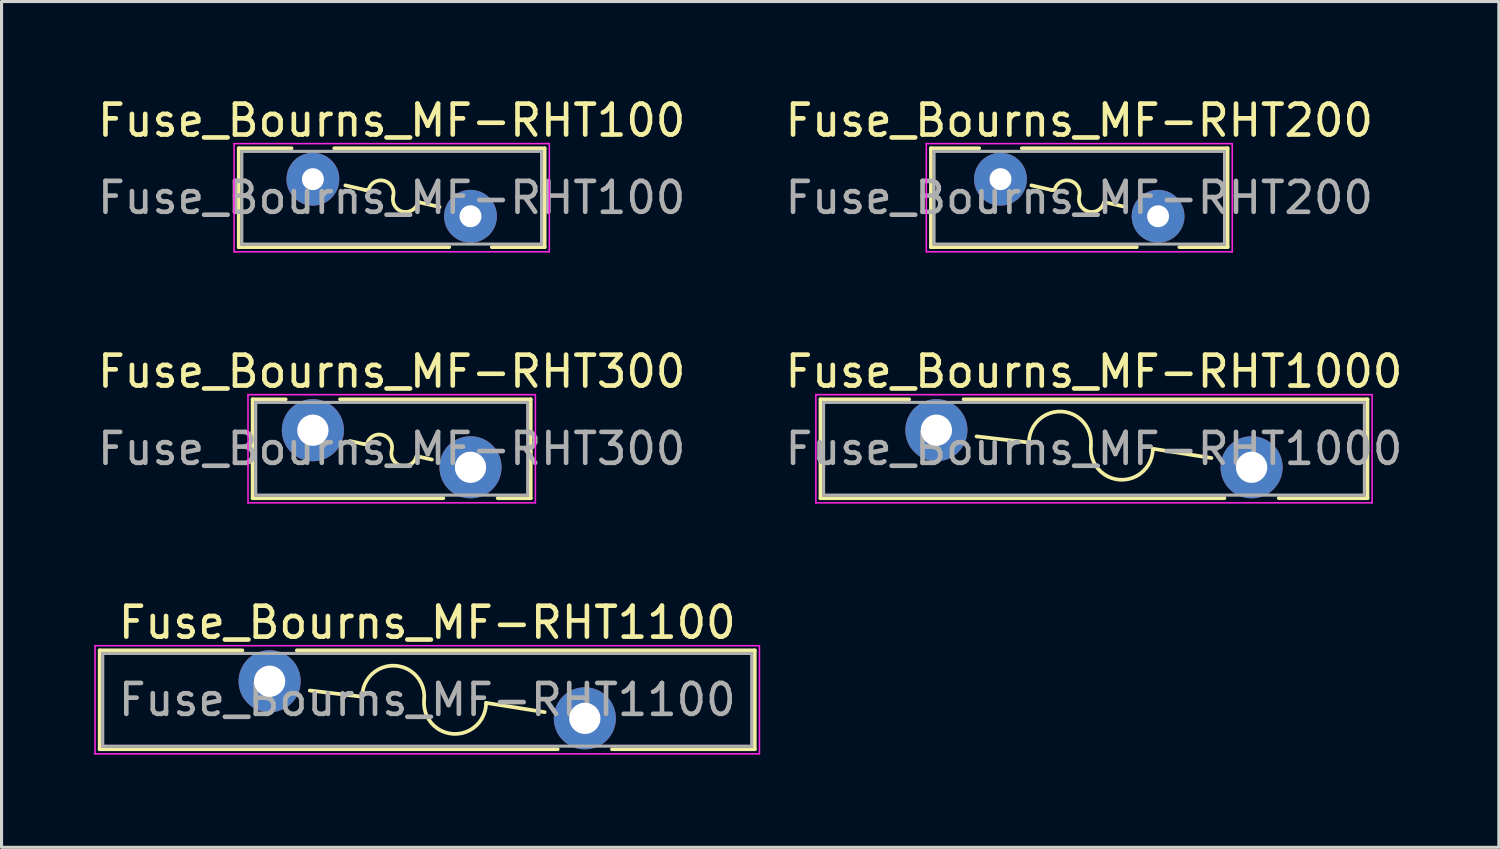
<source format=kicad_pcb>
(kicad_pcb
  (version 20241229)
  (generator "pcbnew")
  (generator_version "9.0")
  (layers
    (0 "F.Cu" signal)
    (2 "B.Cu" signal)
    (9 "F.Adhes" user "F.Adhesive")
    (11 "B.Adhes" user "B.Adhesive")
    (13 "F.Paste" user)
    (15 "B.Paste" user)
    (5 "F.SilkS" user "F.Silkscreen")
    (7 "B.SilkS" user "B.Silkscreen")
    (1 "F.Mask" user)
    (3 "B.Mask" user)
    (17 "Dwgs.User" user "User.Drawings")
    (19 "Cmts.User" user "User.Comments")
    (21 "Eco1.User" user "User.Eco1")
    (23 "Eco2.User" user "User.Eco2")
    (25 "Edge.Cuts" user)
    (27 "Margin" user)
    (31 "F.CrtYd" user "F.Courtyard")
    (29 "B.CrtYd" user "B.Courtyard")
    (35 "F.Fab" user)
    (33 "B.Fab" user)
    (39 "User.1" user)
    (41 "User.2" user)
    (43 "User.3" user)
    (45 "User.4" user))
  (footprint "Fuse_Bourns_MF-RHT1100"
    (layer "F.Cu")
    (at 5.675 18.995)
    (property "Reference" "Fuse_Bourns_MF-RHT1100" (at 5.1 -1.9 0) (layer "F.SilkS") (effects (font (size 1 1) (thickness 0.15))))
    (fp_line (start -5.5 -1) (end -5.5 2.2) (stroke (width 0.12) (type solid)) (layer "F.SilkS"))
    (fp_line (start -5.5 -1) (end -0.879 -1) (stroke (width 0.12) (type solid)) (layer "F.SilkS"))
    (fp_line (start -5.5 2.2) (end 9.322 2.2) (stroke (width 0.12) (type solid)) (layer "F.SilkS"))
    (fp_line (start 0.879 -1) (end 15.7 -1) (stroke (width 0.12) (type solid)) (layer "F.SilkS"))
    (fp_line (start 1.3 0.3) (end 2.995 0.5) (stroke (width 0.12) (type solid)) (layer "F.SilkS"))
    (fp_line (start 7.005 0.7) (end 8.9 1) (stroke (width 0.12) (type solid)) (layer "F.SilkS"))
    (fp_line (start 11.079 2.2) (end 15.7 2.2) (stroke (width 0.12) (type solid)) (layer "F.SilkS"))
    (fp_line (start 15.7 -1) (end 15.7 2.2) (stroke (width 0.12) (type solid)) (layer "F.SilkS"))
    (fp_arc (start 2.995014 0.5) (mid 4.050062 -0.503738) (end 4.999999 0.599999) (stroke (width 0.12) (type solid)) (layer "F.SilkS"))
    (fp_arc (start 7.004986 0.7) (mid 5.949938 1.703738) (end 5.000001 0.600001) (stroke (width 0.12) (type solid)) (layer "F.SilkS"))
    (fp_line (start -5.65 -1.15) (end -5.65 2.35) (stroke (width 0.05) (type solid)) (layer "F.CrtYd"))
    (fp_line (start -5.65 2.35) (end 15.85 2.35) (stroke (width 0.05) (type solid)) (layer "F.CrtYd"))
    (fp_line (start 15.85 -1.15) (end -5.65 -1.15) (stroke (width 0.05) (type solid)) (layer "F.CrtYd"))
    (fp_line (start 15.85 2.35) (end 15.85 -1.15) (stroke (width 0.05) (type solid)) (layer "F.CrtYd"))
    (fp_line (start -5.4 -0.9) (end -5.4 2.1) (stroke (width 0.1) (type solid)) (layer "F.Fab"))
    (fp_line (start -5.4 2.1) (end 15.6 2.1) (stroke (width 0.1) (type solid)) (layer "F.Fab"))
    (fp_line (start 15.6 -0.9) (end -5.4 -0.9) (stroke (width 0.1) (type solid)) (layer "F.Fab"))
    (fp_line (start 15.6 2.1) (end 15.6 -0.9) (stroke (width 0.1) (type solid)) (layer "F.Fab"))
    (fp_text user "${REFERENCE}" (at 5.1 0.6 0) (layer "F.Fab") (effects (font (size 1 1) (thickness 0.15))))
    (pad "1" thru_hole circle (at 0 0) (size 2.01 2.01) (drill 1.01) (layers "*.Cu" "*.Mask"))
    (pad "2" thru_hole circle (at 10.2 1.2) (size 2.01 2.01) (drill 1.01) (layers "*.Cu" "*.Mask")))
  (footprint "Fuse_Bourns_MF-RHT200"
    (layer "F.Cu")
    (at 29.325 2.748)
    (property "Reference" "Fuse_Bourns_MF-RHT200" (at 2.55 -1.9 0) (layer "F.SilkS") (effects (font (size 1 1) (thickness 0.15))))
    (fp_line (start -2.251 -1) (end -2.251 2.2) (stroke (width 0.12) (type solid)) (layer "F.SilkS"))
    (fp_line (start -2.251 -1) (end -0.689 -1) (stroke (width 0.12) (type solid)) (layer "F.SilkS"))
    (fp_line (start -2.251 2.2) (end 4.412 2.2) (stroke (width 0.12) (type solid)) (layer "F.SilkS"))
    (fp_line (start 0.689 -1) (end 7.35 -1) (stroke (width 0.12) (type solid)) (layer "F.SilkS"))
    (fp_line (start 1 0.2) (end 1.65 0.35) (stroke (width 0.12) (type solid)) (layer "F.SilkS"))
    (fp_line (start 1.75 0.35) (end 1.65 0.35) (stroke (width 0.12) (type solid)) (layer "F.SilkS"))
    (fp_line (start 3.35 0.75) (end 3.4 0.75) (stroke (width 0.12) (type solid)) (layer "F.SilkS"))
    (fp_line (start 3.4 0.75) (end 4.05 0.9) (stroke (width 0.12) (type solid)) (layer "F.SilkS"))
    (fp_line (start 5.789 2.2) (end 7.35 2.2) (stroke (width 0.12) (type solid)) (layer "F.SilkS"))
    (fp_line (start 7.35 -1) (end 7.35 2.2) (stroke (width 0.12) (type solid)) (layer "F.SilkS"))
    (fp_arc (start 1.750001 0.350001) (mid 2.249999 0.050001) (end 2.549999 0.549999) (stroke (width 0.12) (type solid)) (layer "F.SilkS"))
    (fp_arc (start 3.349999 0.749999) (mid 2.850001 1.049999) (end 2.550001 0.550001) (stroke (width 0.12) (type solid)) (layer "F.SilkS"))
    (fp_line (start -2.4 -1.15) (end -2.4 2.35) (stroke (width 0.05) (type solid)) (layer "F.CrtYd"))
    (fp_line (start -2.4 2.35) (end 7.5 2.35) (stroke (width 0.05) (type solid)) (layer "F.CrtYd"))
    (fp_line (start 7.5 -1.15) (end -2.4 -1.15) (stroke (width 0.05) (type solid)) (layer "F.CrtYd"))
    (fp_line (start 7.5 2.35) (end 7.5 -1.15) (stroke (width 0.05) (type solid)) (layer "F.CrtYd"))
    (fp_line (start -2.15 -0.9) (end -2.15 2.1) (stroke (width 0.1) (type solid)) (layer "F.Fab"))
    (fp_line (start -2.15 2.1) (end 7.25 2.1) (stroke (width 0.1) (type solid)) (layer "F.Fab"))
    (fp_line (start 7.25 -0.9) (end -2.15 -0.9) (stroke (width 0.1) (type solid)) (layer "F.Fab"))
    (fp_line (start 7.25 2.1) (end 7.25 -0.9) (stroke (width 0.1) (type solid)) (layer "F.Fab"))
    (fp_text user "${REFERENCE}" (at 2.55 0.6 0) (layer "F.Fab") (effects (font (size 1 1) (thickness 0.15))))
    (pad "1" thru_hole circle (at 0 0) (size 1.71 1.71) (drill 0.71) (layers "*.Cu" "*.Mask"))
    (pad "2" thru_hole circle (at 5.1 1.2) (size 1.71 1.71) (drill 0.71) (layers "*.Cu" "*.Mask")))
  (footprint "Fuse_Bourns_MF-RHT100"
    (layer "F.Cu")
    (at 7.075 2.748)
    (property "Reference" "Fuse_Bourns_MF-RHT100" (at 2.55 -1.9 0) (layer "F.SilkS") (effects (font (size 1 1) (thickness 0.15))))
    (fp_line (start -2.4 -1) (end -2.4 2.2) (stroke (width 0.12) (type solid)) (layer "F.SilkS"))
    (fp_line (start -2.4 -1) (end -0.689 -1) (stroke (width 0.12) (type solid)) (layer "F.SilkS"))
    (fp_line (start -2.4 2.2) (end 4.412 2.2) (stroke (width 0.12) (type solid)) (layer "F.SilkS"))
    (fp_line (start 0.689 -1) (end 7.5 -1) (stroke (width 0.12) (type solid)) (layer "F.SilkS"))
    (fp_line (start 1.05 0.2) (end 1.7 0.35) (stroke (width 0.12) (type solid)) (layer "F.SilkS"))
    (fp_line (start 1.8 0.35) (end 1.7 0.35) (stroke (width 0.12) (type solid)) (layer "F.SilkS"))
    (fp_line (start 3.4 0.75) (end 3.45 0.75) (stroke (width 0.12) (type solid)) (layer "F.SilkS"))
    (fp_line (start 3.45 0.75) (end 4.1 0.9) (stroke (width 0.12) (type solid)) (layer "F.SilkS"))
    (fp_line (start 5.789 2.2) (end 7.5 2.2) (stroke (width 0.12) (type solid)) (layer "F.SilkS"))
    (fp_line (start 7.5 -1) (end 7.5 2.2) (stroke (width 0.12) (type solid)) (layer "F.SilkS"))
    (fp_arc (start 1.800001 0.350001) (mid 2.299999 0.050001) (end 2.599999 0.549999) (stroke (width 0.12) (type solid)) (layer "F.SilkS"))
    (fp_arc (start 3.399999 0.749999) (mid 2.900001 1.049999) (end 2.600001 0.550001) (stroke (width 0.12) (type solid)) (layer "F.SilkS"))
    (fp_line (start -2.55 -1.15) (end -2.55 2.35) (stroke (width 0.05) (type solid)) (layer "F.CrtYd"))
    (fp_line (start -2.55 2.35) (end 7.65 2.35) (stroke (width 0.05) (type solid)) (layer "F.CrtYd"))
    (fp_line (start 7.65 -1.15) (end -2.55 -1.15) (stroke (width 0.05) (type solid)) (layer "F.CrtYd"))
    (fp_line (start 7.65 2.35) (end 7.65 -1.15) (stroke (width 0.05) (type solid)) (layer "F.CrtYd"))
    (fp_line (start -2.3 -0.9) (end -2.3 2.1) (stroke (width 0.1) (type solid)) (layer "F.Fab"))
    (fp_line (start -2.3 2.1) (end 7.4 2.1) (stroke (width 0.1) (type solid)) (layer "F.Fab"))
    (fp_line (start 7.4 -0.9) (end -2.3 -0.9) (stroke (width 0.1) (type solid)) (layer "F.Fab"))
    (fp_line (start 7.4 2.1) (end 7.4 -0.9) (stroke (width 0.1) (type solid)) (layer "F.Fab"))
    (fp_text user "${REFERENCE}" (at 2.55 0.6 0) (layer "F.Fab") (effects (font (size 1 1) (thickness 0.15))))
    (pad "1" thru_hole circle (at 0 0) (size 1.71 1.71) (drill 0.71) (layers "*.Cu" "*.Mask"))
    (pad "2" thru_hole circle (at 5.1 1.2) (size 1.71 1.71) (drill 0.71) (layers "*.Cu" "*.Mask")))
  (footprint "Fuse_Bourns_MF-RHT300"
    (layer "F.Cu")
    (at 7.075 10.871)
    (property "Reference" "Fuse_Bourns_MF-RHT300" (at 2.55 -1.9 0) (layer "F.SilkS") (effects (font (size 1 1) (thickness 0.15))))
    (fp_line (start -1.951 -1) (end -1.951 2.2) (stroke (width 0.12) (type solid)) (layer "F.SilkS"))
    (fp_line (start -1.951 -1) (end -0.879 -1) (stroke (width 0.12) (type solid)) (layer "F.SilkS"))
    (fp_line (start -1.951 2.2) (end 4.222 2.2) (stroke (width 0.12) (type solid)) (layer "F.SilkS"))
    (fp_line (start 0.879 -1) (end 7.05 -1) (stroke (width 0.12) (type solid)) (layer "F.SilkS"))
    (fp_line (start 1.2 0.35) (end 1.65 0.45) (stroke (width 0.12) (type solid)) (layer "F.SilkS"))
    (fp_line (start 1.75 0.45) (end 1.65 0.45) (stroke (width 0.12) (type solid)) (layer "F.SilkS"))
    (fp_line (start 3.35 0.85) (end 3.4 0.85) (stroke (width 0.12) (type solid)) (layer "F.SilkS"))
    (fp_line (start 3.4 0.85) (end 3.85 0.95) (stroke (width 0.12) (type solid)) (layer "F.SilkS"))
    (fp_line (start 5.979 2.2) (end 7.05 2.2) (stroke (width 0.12) (type solid)) (layer "F.SilkS"))
    (fp_line (start 7.05 -1) (end 7.05 2.2) (stroke (width 0.12) (type solid)) (layer "F.SilkS"))
    (fp_arc (start 1.750001 0.450001) (mid 2.249999 0.150001) (end 2.549999 0.649999) (stroke (width 0.12) (type solid)) (layer "F.SilkS"))
    (fp_arc (start 3.349999 0.849999) (mid 2.850001 1.149999) (end 2.550001 0.650001) (stroke (width 0.12) (type solid)) (layer "F.SilkS"))
    (fp_line (start -2.1 -1.15) (end -2.1 2.35) (stroke (width 0.05) (type solid)) (layer "F.CrtYd"))
    (fp_line (start -2.1 2.35) (end 7.2 2.35) (stroke (width 0.05) (type solid)) (layer "F.CrtYd"))
    (fp_line (start 7.2 -1.15) (end -2.1 -1.15) (stroke (width 0.05) (type solid)) (layer "F.CrtYd"))
    (fp_line (start 7.2 2.35) (end 7.2 -1.15) (stroke (width 0.05) (type solid)) (layer "F.CrtYd"))
    (fp_line (start -1.85 -0.9) (end -1.85 2.1) (stroke (width 0.1) (type solid)) (layer "F.Fab"))
    (fp_line (start -1.85 2.1) (end 6.95 2.1) (stroke (width 0.1) (type solid)) (layer "F.Fab"))
    (fp_line (start 6.95 -0.9) (end -1.85 -0.9) (stroke (width 0.1) (type solid)) (layer "F.Fab"))
    (fp_line (start 6.95 2.1) (end 6.95 -0.9) (stroke (width 0.1) (type solid)) (layer "F.Fab"))
    (fp_text user "${REFERENCE}" (at 2.55 0.6 0) (layer "F.Fab") (effects (font (size 1 1) (thickness 0.15))))
    (pad "1" thru_hole circle (at 0 0) (size 2.01 2.01) (drill 1.01) (layers "*.Cu" "*.Mask"))
    (pad "2" thru_hole circle (at 5.1 1.2) (size 2.01 2.01) (drill 1.01) (layers "*.Cu" "*.Mask")))
  (footprint "Fuse_Bourns_MF-RHT1000"
    (layer "F.Cu")
    (at 27.251 10.871)
    (property "Reference" "Fuse_Bourns_MF-RHT1000" (at 5.1 -1.9 0) (layer "F.SilkS") (effects (font (size 1 1) (thickness 0.15))))
    (fp_line (start -3.751 -1) (end -3.751 2.2) (stroke (width 0.12) (type solid)) (layer "F.SilkS"))
    (fp_line (start -3.751 -1) (end -0.879 -1) (stroke (width 0.12) (type solid)) (layer "F.SilkS"))
    (fp_line (start -3.751 2.2) (end 9.322 2.2) (stroke (width 0.12) (type solid)) (layer "F.SilkS"))
    (fp_line (start 0.879 -1) (end 13.95 -1) (stroke (width 0.12) (type solid)) (layer "F.SilkS"))
    (fp_line (start 1.3 0.2) (end 2.995 0.4) (stroke (width 0.12) (type solid)) (layer "F.SilkS"))
    (fp_line (start 7.005 0.6) (end 8.9 0.9) (stroke (width 0.12) (type solid)) (layer "F.SilkS"))
    (fp_line (start 11.079 2.2) (end 13.95 2.2) (stroke (width 0.12) (type solid)) (layer "F.SilkS"))
    (fp_line (start 13.95 -1) (end 13.95 2.2) (stroke (width 0.12) (type solid)) (layer "F.SilkS"))
    (fp_arc (start 2.995014 0.4) (mid 4.050062 -0.603738) (end 4.999999 0.499999) (stroke (width 0.12) (type solid)) (layer "F.SilkS"))
    (fp_arc (start 7.004986 0.6) (mid 5.949938 1.603738) (end 5.000001 0.500001) (stroke (width 0.12) (type solid)) (layer "F.SilkS"))
    (fp_line (start -3.9 -1.15) (end -3.9 2.35) (stroke (width 0.05) (type solid)) (layer "F.CrtYd"))
    (fp_line (start -3.9 2.35) (end 14.1 2.35) (stroke (width 0.05) (type solid)) (layer "F.CrtYd"))
    (fp_line (start 14.1 -1.15) (end -3.9 -1.15) (stroke (width 0.05) (type solid)) (layer "F.CrtYd"))
    (fp_line (start 14.1 2.35) (end 14.1 -1.15) (stroke (width 0.05) (type solid)) (layer "F.CrtYd"))
    (fp_line (start -3.65 -0.9) (end -3.65 2.1) (stroke (width 0.1) (type solid)) (layer "F.Fab"))
    (fp_line (start -3.65 2.1) (end 13.85 2.1) (stroke (width 0.1) (type solid)) (layer "F.Fab"))
    (fp_line (start 13.85 -0.9) (end -3.65 -0.9) (stroke (width 0.1) (type solid)) (layer "F.Fab"))
    (fp_line (start 13.85 2.1) (end 13.85 -0.9) (stroke (width 0.1) (type solid)) (layer "F.Fab"))
    (fp_text user "${REFERENCE}" (at 5.1 0.6 0) (layer "F.Fab") (effects (font (size 1 1) (thickness 0.15))))
    (pad "1" thru_hole circle (at 0 0) (size 2.01 2.01) (drill 1.01) (layers "*.Cu" "*.Mask"))
    (pad "2" thru_hole circle (at 10.2 1.2) (size 2.01 2.01) (drill 1.01) (layers "*.Cu" "*.Mask")))
  (gr_rect
    (start -3 -3)
    (end 45.452 24.37)
    (stroke (width 0.1) (type default))
    (fill no)
    (layer "Edge.Cuts")))
</source>
